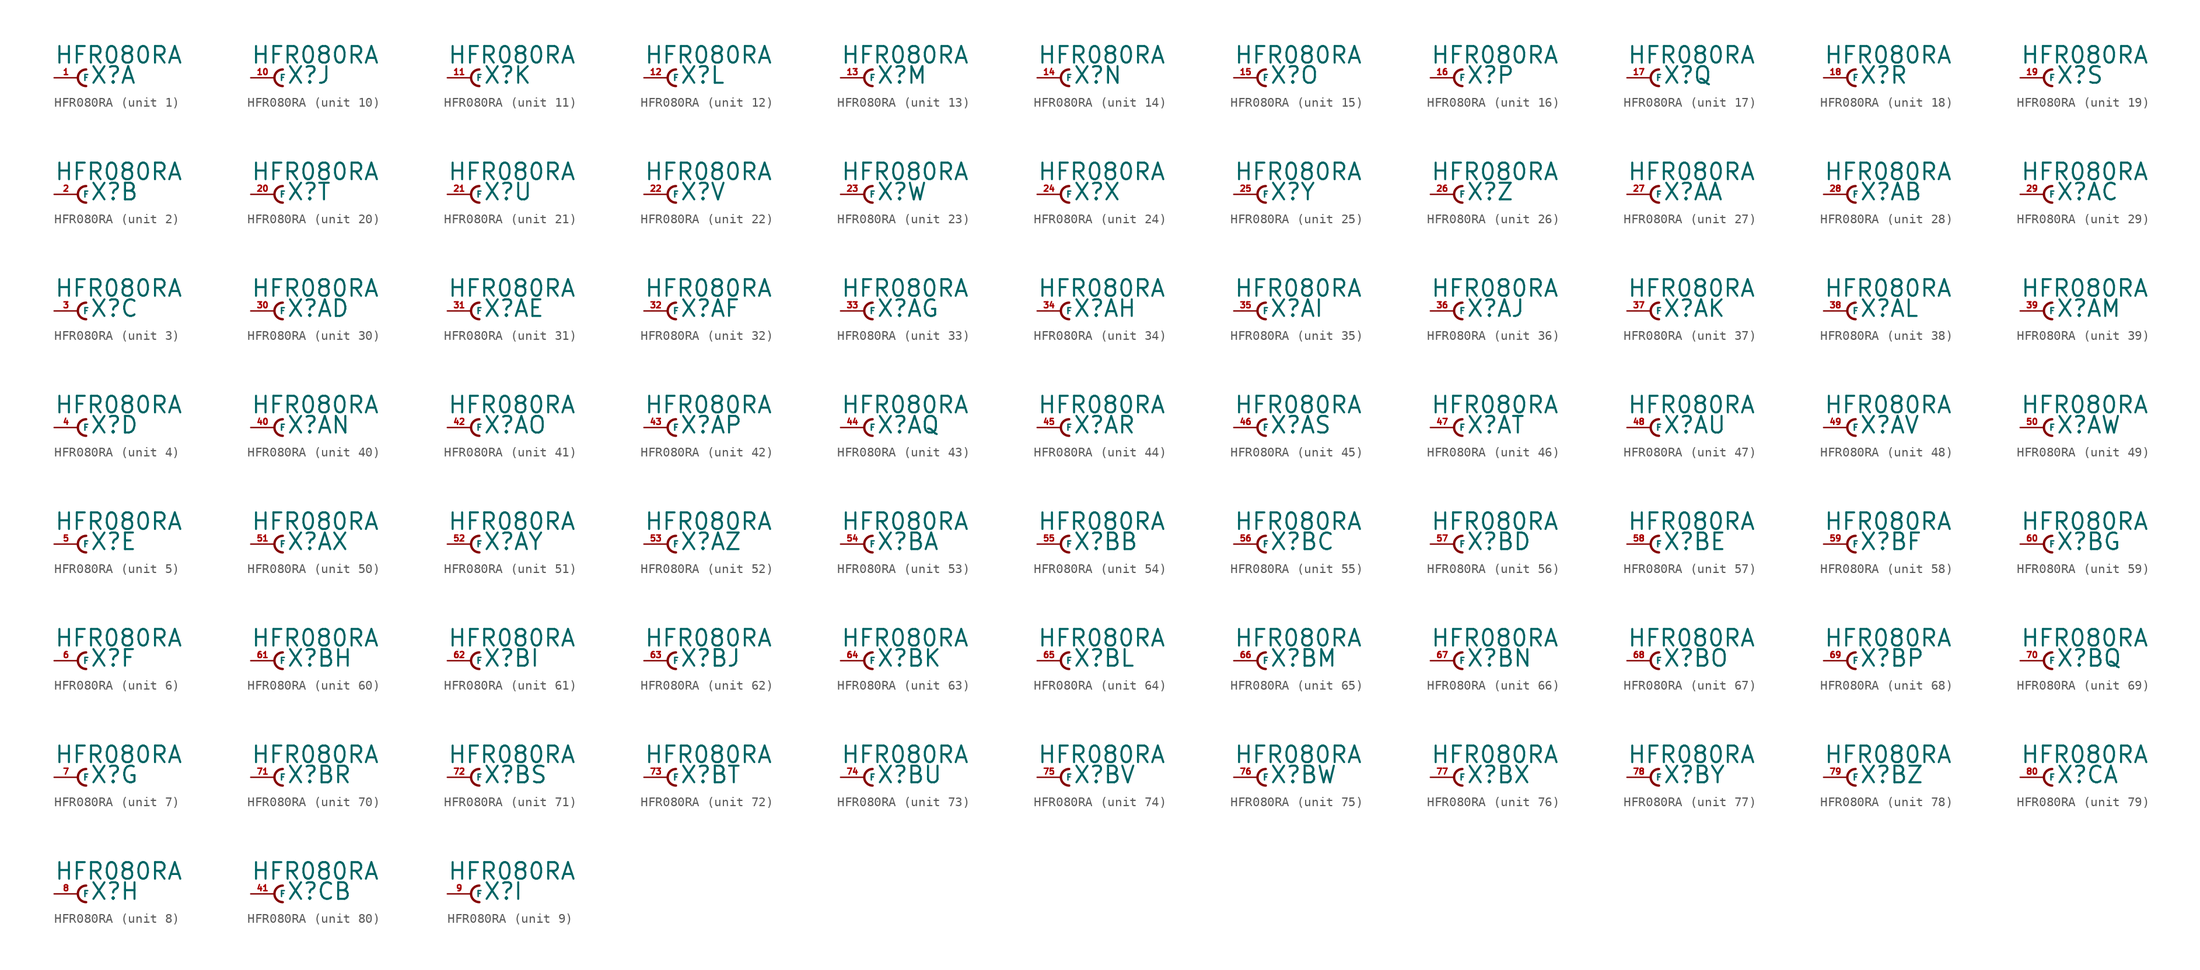
<source format=kicad_sym>
(kicad_symbol_lib
  (version 20220914)
  (generator Eagle2Kicad)
  (symbol "HFR080RA"
    (property "Reference" "X"
      (at 1.27 -0.762 0)
      (effects (font (size 1.778 1.778) (thickness 0.22)) (justify left bottom)))
    (property "Value" "HFR080RA"
      (at -2.54 1.397 0)
      (effects (font (size 1.778 1.778) (thickness 0.22)) (justify left bottom)))
    (symbol "HFR080RA_1_0"
      (arc (start 0.889 0.889) (mid 0.000 0.000) (end 0.889 -0.889) (stroke (width 0.254) (type default)) (fill (type none)))
      (pin passive line (at -2.54 0 0) (length 2.54) (name "F" (effects (font (size 0.635 0.635) (thickness 0.08)) (justify left bottom))) (number "1" (effects (font (size 0.635 0.635) (thickness 0.08)) (justify left bottom)))))
    (symbol "HFR080RA_2_0"
      (arc (start 0.889 0.889) (mid 0.000 0.000) (end 0.889 -0.889) (stroke (width 0.254) (type default)) (fill (type none)))
      (pin passive line (at -2.54 0 0) (length 2.54) (name "F" (effects (font (size 0.635 0.635) (thickness 0.08)) (justify left bottom))) (number "2" (effects (font (size 0.635 0.635) (thickness 0.08)) (justify left bottom)))))
    (symbol "HFR080RA_3_0"
      (arc (start 0.889 0.889) (mid 0.000 0.000) (end 0.889 -0.889) (stroke (width 0.254) (type default)) (fill (type none)))
      (pin passive line (at -2.54 0 0) (length 2.54) (name "F" (effects (font (size 0.635 0.635) (thickness 0.08)) (justify left bottom))) (number "3" (effects (font (size 0.635 0.635) (thickness 0.08)) (justify left bottom)))))
    (symbol "HFR080RA_4_0"
      (arc (start 0.889 0.889) (mid 0.000 0.000) (end 0.889 -0.889) (stroke (width 0.254) (type default)) (fill (type none)))
      (pin passive line (at -2.54 0 0) (length 2.54) (name "F" (effects (font (size 0.635 0.635) (thickness 0.08)) (justify left bottom))) (number "4" (effects (font (size 0.635 0.635) (thickness 0.08)) (justify left bottom)))))
    (symbol "HFR080RA_5_0"
      (arc (start 0.889 0.889) (mid 0.000 0.000) (end 0.889 -0.889) (stroke (width 0.254) (type default)) (fill (type none)))
      (pin passive line (at -2.54 0 0) (length 2.54) (name "F" (effects (font (size 0.635 0.635) (thickness 0.08)) (justify left bottom))) (number "5" (effects (font (size 0.635 0.635) (thickness 0.08)) (justify left bottom)))))
    (symbol "HFR080RA_6_0"
      (arc (start 0.889 0.889) (mid 0.000 0.000) (end 0.889 -0.889) (stroke (width 0.254) (type default)) (fill (type none)))
      (pin passive line (at -2.54 0 0) (length 2.54) (name "F" (effects (font (size 0.635 0.635) (thickness 0.08)) (justify left bottom))) (number "6" (effects (font (size 0.635 0.635) (thickness 0.08)) (justify left bottom)))))
    (symbol "HFR080RA_7_0"
      (arc (start 0.889 0.889) (mid 0.000 0.000) (end 0.889 -0.889) (stroke (width 0.254) (type default)) (fill (type none)))
      (pin passive line (at -2.54 0 0) (length 2.54) (name "F" (effects (font (size 0.635 0.635) (thickness 0.08)) (justify left bottom))) (number "7" (effects (font (size 0.635 0.635) (thickness 0.08)) (justify left bottom)))))
    (symbol "HFR080RA_8_0"
      (arc (start 0.889 0.889) (mid 0.000 0.000) (end 0.889 -0.889) (stroke (width 0.254) (type default)) (fill (type none)))
      (pin passive line (at -2.54 0 0) (length 2.54) (name "F" (effects (font (size 0.635 0.635) (thickness 0.08)) (justify left bottom))) (number "8" (effects (font (size 0.635 0.635) (thickness 0.08)) (justify left bottom)))))
    (symbol "HFR080RA_9_0"
      (arc (start 0.889 0.889) (mid 0.000 0.000) (end 0.889 -0.889) (stroke (width 0.254) (type default)) (fill (type none)))
      (pin passive line (at -2.54 0 0) (length 2.54) (name "F" (effects (font (size 0.635 0.635) (thickness 0.08)) (justify left bottom))) (number "9" (effects (font (size 0.635 0.635) (thickness 0.08)) (justify left bottom)))))
    (symbol "HFR080RA_10_0"
      (arc (start 0.889 0.889) (mid 0.000 0.000) (end 0.889 -0.889) (stroke (width 0.254) (type default)) (fill (type none)))
      (pin passive line (at -2.54 0 0) (length 2.54) (name "F" (effects (font (size 0.635 0.635) (thickness 0.08)) (justify left bottom))) (number "10" (effects (font (size 0.635 0.635) (thickness 0.08)) (justify left bottom)))))
    (symbol "HFR080RA_11_0"
      (arc (start 0.889 0.889) (mid 0.000 0.000) (end 0.889 -0.889) (stroke (width 0.254) (type default)) (fill (type none)))
      (pin passive line (at -2.54 0 0) (length 2.54) (name "F" (effects (font (size 0.635 0.635) (thickness 0.08)) (justify left bottom))) (number "11" (effects (font (size 0.635 0.635) (thickness 0.08)) (justify left bottom)))))
    (symbol "HFR080RA_12_0"
      (arc (start 0.889 0.889) (mid 0.000 0.000) (end 0.889 -0.889) (stroke (width 0.254) (type default)) (fill (type none)))
      (pin passive line (at -2.54 0 0) (length 2.54) (name "F" (effects (font (size 0.635 0.635) (thickness 0.08)) (justify left bottom))) (number "12" (effects (font (size 0.635 0.635) (thickness 0.08)) (justify left bottom)))))
    (symbol "HFR080RA_13_0"
      (arc (start 0.889 0.889) (mid 0.000 0.000) (end 0.889 -0.889) (stroke (width 0.254) (type default)) (fill (type none)))
      (pin passive line (at -2.54 0 0) (length 2.54) (name "F" (effects (font (size 0.635 0.635) (thickness 0.08)) (justify left bottom))) (number "13" (effects (font (size 0.635 0.635) (thickness 0.08)) (justify left bottom)))))
    (symbol "HFR080RA_14_0"
      (arc (start 0.889 0.889) (mid 0.000 0.000) (end 0.889 -0.889) (stroke (width 0.254) (type default)) (fill (type none)))
      (pin passive line (at -2.54 0 0) (length 2.54) (name "F" (effects (font (size 0.635 0.635) (thickness 0.08)) (justify left bottom))) (number "14" (effects (font (size 0.635 0.635) (thickness 0.08)) (justify left bottom)))))
    (symbol "HFR080RA_15_0"
      (arc (start 0.889 0.889) (mid 0.000 0.000) (end 0.889 -0.889) (stroke (width 0.254) (type default)) (fill (type none)))
      (pin passive line (at -2.54 0 0) (length 2.54) (name "F" (effects (font (size 0.635 0.635) (thickness 0.08)) (justify left bottom))) (number "15" (effects (font (size 0.635 0.635) (thickness 0.08)) (justify left bottom)))))
    (symbol "HFR080RA_16_0"
      (arc (start 0.889 0.889) (mid 0.000 0.000) (end 0.889 -0.889) (stroke (width 0.254) (type default)) (fill (type none)))
      (pin passive line (at -2.54 0 0) (length 2.54) (name "F" (effects (font (size 0.635 0.635) (thickness 0.08)) (justify left bottom))) (number "16" (effects (font (size 0.635 0.635) (thickness 0.08)) (justify left bottom)))))
    (symbol "HFR080RA_17_0"
      (arc (start 0.889 0.889) (mid 0.000 0.000) (end 0.889 -0.889) (stroke (width 0.254) (type default)) (fill (type none)))
      (pin passive line (at -2.54 0 0) (length 2.54) (name "F" (effects (font (size 0.635 0.635) (thickness 0.08)) (justify left bottom))) (number "17" (effects (font (size 0.635 0.635) (thickness 0.08)) (justify left bottom)))))
    (symbol "HFR080RA_18_0"
      (arc (start 0.889 0.889) (mid 0.000 0.000) (end 0.889 -0.889) (stroke (width 0.254) (type default)) (fill (type none)))
      (pin passive line (at -2.54 0 0) (length 2.54) (name "F" (effects (font (size 0.635 0.635) (thickness 0.08)) (justify left bottom))) (number "18" (effects (font (size 0.635 0.635) (thickness 0.08)) (justify left bottom)))))
    (symbol "HFR080RA_19_0"
      (arc (start 0.889 0.889) (mid 0.000 0.000) (end 0.889 -0.889) (stroke (width 0.254) (type default)) (fill (type none)))
      (pin passive line (at -2.54 0 0) (length 2.54) (name "F" (effects (font (size 0.635 0.635) (thickness 0.08)) (justify left bottom))) (number "19" (effects (font (size 0.635 0.635) (thickness 0.08)) (justify left bottom)))))
    (symbol "HFR080RA_20_0"
      (arc (start 0.889 0.889) (mid 0.000 0.000) (end 0.889 -0.889) (stroke (width 0.254) (type default)) (fill (type none)))
      (pin passive line (at -2.54 0 0) (length 2.54) (name "F" (effects (font (size 0.635 0.635) (thickness 0.08)) (justify left bottom))) (number "20" (effects (font (size 0.635 0.635) (thickness 0.08)) (justify left bottom)))))
    (symbol "HFR080RA_21_0"
      (arc (start 0.889 0.889) (mid 0.000 0.000) (end 0.889 -0.889) (stroke (width 0.254) (type default)) (fill (type none)))
      (pin passive line (at -2.54 0 0) (length 2.54) (name "F" (effects (font (size 0.635 0.635) (thickness 0.08)) (justify left bottom))) (number "21" (effects (font (size 0.635 0.635) (thickness 0.08)) (justify left bottom)))))
    (symbol "HFR080RA_22_0"
      (arc (start 0.889 0.889) (mid 0.000 0.000) (end 0.889 -0.889) (stroke (width 0.254) (type default)) (fill (type none)))
      (pin passive line (at -2.54 0 0) (length 2.54) (name "F" (effects (font (size 0.635 0.635) (thickness 0.08)) (justify left bottom))) (number "22" (effects (font (size 0.635 0.635) (thickness 0.08)) (justify left bottom)))))
    (symbol "HFR080RA_23_0"
      (arc (start 0.889 0.889) (mid 0.000 0.000) (end 0.889 -0.889) (stroke (width 0.254) (type default)) (fill (type none)))
      (pin passive line (at -2.54 0 0) (length 2.54) (name "F" (effects (font (size 0.635 0.635) (thickness 0.08)) (justify left bottom))) (number "23" (effects (font (size 0.635 0.635) (thickness 0.08)) (justify left bottom)))))
    (symbol "HFR080RA_24_0"
      (arc (start 0.889 0.889) (mid 0.000 0.000) (end 0.889 -0.889) (stroke (width 0.254) (type default)) (fill (type none)))
      (pin passive line (at -2.54 0 0) (length 2.54) (name "F" (effects (font (size 0.635 0.635) (thickness 0.08)) (justify left bottom))) (number "24" (effects (font (size 0.635 0.635) (thickness 0.08)) (justify left bottom)))))
    (symbol "HFR080RA_25_0"
      (arc (start 0.889 0.889) (mid 0.000 0.000) (end 0.889 -0.889) (stroke (width 0.254) (type default)) (fill (type none)))
      (pin passive line (at -2.54 0 0) (length 2.54) (name "F" (effects (font (size 0.635 0.635) (thickness 0.08)) (justify left bottom))) (number "25" (effects (font (size 0.635 0.635) (thickness 0.08)) (justify left bottom)))))
    (symbol "HFR080RA_26_0"
      (arc (start 0.889 0.889) (mid 0.000 0.000) (end 0.889 -0.889) (stroke (width 0.254) (type default)) (fill (type none)))
      (pin passive line (at -2.54 0 0) (length 2.54) (name "F" (effects (font (size 0.635 0.635) (thickness 0.08)) (justify left bottom))) (number "26" (effects (font (size 0.635 0.635) (thickness 0.08)) (justify left bottom)))))
    (symbol "HFR080RA_27_0"
      (arc (start 0.889 0.889) (mid 0.000 0.000) (end 0.889 -0.889) (stroke (width 0.254) (type default)) (fill (type none)))
      (pin passive line (at -2.54 0 0) (length 2.54) (name "F" (effects (font (size 0.635 0.635) (thickness 0.08)) (justify left bottom))) (number "27" (effects (font (size 0.635 0.635) (thickness 0.08)) (justify left bottom)))))
    (symbol "HFR080RA_28_0"
      (arc (start 0.889 0.889) (mid 0.000 0.000) (end 0.889 -0.889) (stroke (width 0.254) (type default)) (fill (type none)))
      (pin passive line (at -2.54 0 0) (length 2.54) (name "F" (effects (font (size 0.635 0.635) (thickness 0.08)) (justify left bottom))) (number "28" (effects (font (size 0.635 0.635) (thickness 0.08)) (justify left bottom)))))
    (symbol "HFR080RA_29_0"
      (arc (start 0.889 0.889) (mid 0.000 0.000) (end 0.889 -0.889) (stroke (width 0.254) (type default)) (fill (type none)))
      (pin passive line (at -2.54 0 0) (length 2.54) (name "F" (effects (font (size 0.635 0.635) (thickness 0.08)) (justify left bottom))) (number "29" (effects (font (size 0.635 0.635) (thickness 0.08)) (justify left bottom)))))
    (symbol "HFR080RA_30_0"
      (arc (start 0.889 0.889) (mid 0.000 0.000) (end 0.889 -0.889) (stroke (width 0.254) (type default)) (fill (type none)))
      (pin passive line (at -2.54 0 0) (length 2.54) (name "F" (effects (font (size 0.635 0.635) (thickness 0.08)) (justify left bottom))) (number "30" (effects (font (size 0.635 0.635) (thickness 0.08)) (justify left bottom)))))
    (symbol "HFR080RA_31_0"
      (arc (start 0.889 0.889) (mid 0.000 0.000) (end 0.889 -0.889) (stroke (width 0.254) (type default)) (fill (type none)))
      (pin passive line (at -2.54 0 0) (length 2.54) (name "F" (effects (font (size 0.635 0.635) (thickness 0.08)) (justify left bottom))) (number "31" (effects (font (size 0.635 0.635) (thickness 0.08)) (justify left bottom)))))
    (symbol "HFR080RA_32_0"
      (arc (start 0.889 0.889) (mid 0.000 0.000) (end 0.889 -0.889) (stroke (width 0.254) (type default)) (fill (type none)))
      (pin passive line (at -2.54 0 0) (length 2.54) (name "F" (effects (font (size 0.635 0.635) (thickness 0.08)) (justify left bottom))) (number "32" (effects (font (size 0.635 0.635) (thickness 0.08)) (justify left bottom)))))
    (symbol "HFR080RA_33_0"
      (arc (start 0.889 0.889) (mid 0.000 0.000) (end 0.889 -0.889) (stroke (width 0.254) (type default)) (fill (type none)))
      (pin passive line (at -2.54 0 0) (length 2.54) (name "F" (effects (font (size 0.635 0.635) (thickness 0.08)) (justify left bottom))) (number "33" (effects (font (size 0.635 0.635) (thickness 0.08)) (justify left bottom)))))
    (symbol "HFR080RA_34_0"
      (arc (start 0.889 0.889) (mid 0.000 0.000) (end 0.889 -0.889) (stroke (width 0.254) (type default)) (fill (type none)))
      (pin passive line (at -2.54 0 0) (length 2.54) (name "F" (effects (font (size 0.635 0.635) (thickness 0.08)) (justify left bottom))) (number "34" (effects (font (size 0.635 0.635) (thickness 0.08)) (justify left bottom)))))
    (symbol "HFR080RA_35_0"
      (arc (start 0.889 0.889) (mid 0.000 0.000) (end 0.889 -0.889) (stroke (width 0.254) (type default)) (fill (type none)))
      (pin passive line (at -2.54 0 0) (length 2.54) (name "F" (effects (font (size 0.635 0.635) (thickness 0.08)) (justify left bottom))) (number "35" (effects (font (size 0.635 0.635) (thickness 0.08)) (justify left bottom)))))
    (symbol "HFR080RA_36_0"
      (arc (start 0.889 0.889) (mid 0.000 0.000) (end 0.889 -0.889) (stroke (width 0.254) (type default)) (fill (type none)))
      (pin passive line (at -2.54 0 0) (length 2.54) (name "F" (effects (font (size 0.635 0.635) (thickness 0.08)) (justify left bottom))) (number "36" (effects (font (size 0.635 0.635) (thickness 0.08)) (justify left bottom)))))
    (symbol "HFR080RA_37_0"
      (arc (start 0.889 0.889) (mid 0.000 0.000) (end 0.889 -0.889) (stroke (width 0.254) (type default)) (fill (type none)))
      (pin passive line (at -2.54 0 0) (length 2.54) (name "F" (effects (font (size 0.635 0.635) (thickness 0.08)) (justify left bottom))) (number "37" (effects (font (size 0.635 0.635) (thickness 0.08)) (justify left bottom)))))
    (symbol "HFR080RA_38_0"
      (arc (start 0.889 0.889) (mid 0.000 0.000) (end 0.889 -0.889) (stroke (width 0.254) (type default)) (fill (type none)))
      (pin passive line (at -2.54 0 0) (length 2.54) (name "F" (effects (font (size 0.635 0.635) (thickness 0.08)) (justify left bottom))) (number "38" (effects (font (size 0.635 0.635) (thickness 0.08)) (justify left bottom)))))
    (symbol "HFR080RA_39_0"
      (arc (start 0.889 0.889) (mid 0.000 0.000) (end 0.889 -0.889) (stroke (width 0.254) (type default)) (fill (type none)))
      (pin passive line (at -2.54 0 0) (length 2.54) (name "F" (effects (font (size 0.635 0.635) (thickness 0.08)) (justify left bottom))) (number "39" (effects (font (size 0.635 0.635) (thickness 0.08)) (justify left bottom)))))
    (symbol "HFR080RA_40_0"
      (arc (start 0.889 0.889) (mid 0.000 0.000) (end 0.889 -0.889) (stroke (width 0.254) (type default)) (fill (type none)))
      (pin passive line (at -2.54 0 0) (length 2.54) (name "F" (effects (font (size 0.635 0.635) (thickness 0.08)) (justify left bottom))) (number "40" (effects (font (size 0.635 0.635) (thickness 0.08)) (justify left bottom)))))
    (symbol "HFR080RA_41_0"
      (arc (start 0.889 0.889) (mid 0.000 0.000) (end 0.889 -0.889) (stroke (width 0.254) (type default)) (fill (type none)))
      (pin passive line (at -2.54 0 0) (length 2.54) (name "F" (effects (font (size 0.635 0.635) (thickness 0.08)) (justify left bottom))) (number "42" (effects (font (size 0.635 0.635) (thickness 0.08)) (justify left bottom)))))
    (symbol "HFR080RA_42_0"
      (arc (start 0.889 0.889) (mid 0.000 0.000) (end 0.889 -0.889) (stroke (width 0.254) (type default)) (fill (type none)))
      (pin passive line (at -2.54 0 0) (length 2.54) (name "F" (effects (font (size 0.635 0.635) (thickness 0.08)) (justify left bottom))) (number "43" (effects (font (size 0.635 0.635) (thickness 0.08)) (justify left bottom)))))
    (symbol "HFR080RA_43_0"
      (arc (start 0.889 0.889) (mid 0.000 0.000) (end 0.889 -0.889) (stroke (width 0.254) (type default)) (fill (type none)))
      (pin passive line (at -2.54 0 0) (length 2.54) (name "F" (effects (font (size 0.635 0.635) (thickness 0.08)) (justify left bottom))) (number "44" (effects (font (size 0.635 0.635) (thickness 0.08)) (justify left bottom)))))
    (symbol "HFR080RA_44_0"
      (arc (start 0.889 0.889) (mid 0.000 0.000) (end 0.889 -0.889) (stroke (width 0.254) (type default)) (fill (type none)))
      (pin passive line (at -2.54 0 0) (length 2.54) (name "F" (effects (font (size 0.635 0.635) (thickness 0.08)) (justify left bottom))) (number "45" (effects (font (size 0.635 0.635) (thickness 0.08)) (justify left bottom)))))
    (symbol "HFR080RA_45_0"
      (arc (start 0.889 0.889) (mid 0.000 0.000) (end 0.889 -0.889) (stroke (width 0.254) (type default)) (fill (type none)))
      (pin passive line (at -2.54 0 0) (length 2.54) (name "F" (effects (font (size 0.635 0.635) (thickness 0.08)) (justify left bottom))) (number "46" (effects (font (size 0.635 0.635) (thickness 0.08)) (justify left bottom)))))
    (symbol "HFR080RA_46_0"
      (arc (start 0.889 0.889) (mid 0.000 0.000) (end 0.889 -0.889) (stroke (width 0.254) (type default)) (fill (type none)))
      (pin passive line (at -2.54 0 0) (length 2.54) (name "F" (effects (font (size 0.635 0.635) (thickness 0.08)) (justify left bottom))) (number "47" (effects (font (size 0.635 0.635) (thickness 0.08)) (justify left bottom)))))
    (symbol "HFR080RA_47_0"
      (arc (start 0.889 0.889) (mid 0.000 0.000) (end 0.889 -0.889) (stroke (width 0.254) (type default)) (fill (type none)))
      (pin passive line (at -2.54 0 0) (length 2.54) (name "F" (effects (font (size 0.635 0.635) (thickness 0.08)) (justify left bottom))) (number "48" (effects (font (size 0.635 0.635) (thickness 0.08)) (justify left bottom)))))
    (symbol "HFR080RA_48_0"
      (arc (start 0.889 0.889) (mid 0.000 0.000) (end 0.889 -0.889) (stroke (width 0.254) (type default)) (fill (type none)))
      (pin passive line (at -2.54 0 0) (length 2.54) (name "F" (effects (font (size 0.635 0.635) (thickness 0.08)) (justify left bottom))) (number "49" (effects (font (size 0.635 0.635) (thickness 0.08)) (justify left bottom)))))
    (symbol "HFR080RA_49_0"
      (arc (start 0.889 0.889) (mid 0.000 0.000) (end 0.889 -0.889) (stroke (width 0.254) (type default)) (fill (type none)))
      (pin passive line (at -2.54 0 0) (length 2.54) (name "F" (effects (font (size 0.635 0.635) (thickness 0.08)) (justify left bottom))) (number "50" (effects (font (size 0.635 0.635) (thickness 0.08)) (justify left bottom)))))
    (symbol "HFR080RA_50_0"
      (arc (start 0.889 0.889) (mid 0.000 0.000) (end 0.889 -0.889) (stroke (width 0.254) (type default)) (fill (type none)))
      (pin passive line (at -2.54 0 0) (length 2.54) (name "F" (effects (font (size 0.635 0.635) (thickness 0.08)) (justify left bottom))) (number "51" (effects (font (size 0.635 0.635) (thickness 0.08)) (justify left bottom)))))
    (symbol "HFR080RA_51_0"
      (arc (start 0.889 0.889) (mid 0.000 0.000) (end 0.889 -0.889) (stroke (width 0.254) (type default)) (fill (type none)))
      (pin passive line (at -2.54 0 0) (length 2.54) (name "F" (effects (font (size 0.635 0.635) (thickness 0.08)) (justify left bottom))) (number "52" (effects (font (size 0.635 0.635) (thickness 0.08)) (justify left bottom)))))
    (symbol "HFR080RA_52_0"
      (arc (start 0.889 0.889) (mid 0.000 0.000) (end 0.889 -0.889) (stroke (width 0.254) (type default)) (fill (type none)))
      (pin passive line (at -2.54 0 0) (length 2.54) (name "F" (effects (font (size 0.635 0.635) (thickness 0.08)) (justify left bottom))) (number "53" (effects (font (size 0.635 0.635) (thickness 0.08)) (justify left bottom)))))
    (symbol "HFR080RA_53_0"
      (arc (start 0.889 0.889) (mid 0.000 0.000) (end 0.889 -0.889) (stroke (width 0.254) (type default)) (fill (type none)))
      (pin passive line (at -2.54 0 0) (length 2.54) (name "F" (effects (font (size 0.635 0.635) (thickness 0.08)) (justify left bottom))) (number "54" (effects (font (size 0.635 0.635) (thickness 0.08)) (justify left bottom)))))
    (symbol "HFR080RA_54_0"
      (arc (start 0.889 0.889) (mid 0.000 0.000) (end 0.889 -0.889) (stroke (width 0.254) (type default)) (fill (type none)))
      (pin passive line (at -2.54 0 0) (length 2.54) (name "F" (effects (font (size 0.635 0.635) (thickness 0.08)) (justify left bottom))) (number "55" (effects (font (size 0.635 0.635) (thickness 0.08)) (justify left bottom)))))
    (symbol "HFR080RA_55_0"
      (arc (start 0.889 0.889) (mid 0.000 0.000) (end 0.889 -0.889) (stroke (width 0.254) (type default)) (fill (type none)))
      (pin passive line (at -2.54 0 0) (length 2.54) (name "F" (effects (font (size 0.635 0.635) (thickness 0.08)) (justify left bottom))) (number "56" (effects (font (size 0.635 0.635) (thickness 0.08)) (justify left bottom)))))
    (symbol "HFR080RA_56_0"
      (arc (start 0.889 0.889) (mid 0.000 0.000) (end 0.889 -0.889) (stroke (width 0.254) (type default)) (fill (type none)))
      (pin passive line (at -2.54 0 0) (length 2.54) (name "F" (effects (font (size 0.635 0.635) (thickness 0.08)) (justify left bottom))) (number "57" (effects (font (size 0.635 0.635) (thickness 0.08)) (justify left bottom)))))
    (symbol "HFR080RA_57_0"
      (arc (start 0.889 0.889) (mid 0.000 0.000) (end 0.889 -0.889) (stroke (width 0.254) (type default)) (fill (type none)))
      (pin passive line (at -2.54 0 0) (length 2.54) (name "F" (effects (font (size 0.635 0.635) (thickness 0.08)) (justify left bottom))) (number "58" (effects (font (size 0.635 0.635) (thickness 0.08)) (justify left bottom)))))
    (symbol "HFR080RA_58_0"
      (arc (start 0.889 0.889) (mid 0.000 0.000) (end 0.889 -0.889) (stroke (width 0.254) (type default)) (fill (type none)))
      (pin passive line (at -2.54 0 0) (length 2.54) (name "F" (effects (font (size 0.635 0.635) (thickness 0.08)) (justify left bottom))) (number "59" (effects (font (size 0.635 0.635) (thickness 0.08)) (justify left bottom)))))
    (symbol "HFR080RA_59_0"
      (arc (start 0.889 0.889) (mid 0.000 0.000) (end 0.889 -0.889) (stroke (width 0.254) (type default)) (fill (type none)))
      (pin passive line (at -2.54 0 0) (length 2.54) (name "F" (effects (font (size 0.635 0.635) (thickness 0.08)) (justify left bottom))) (number "60" (effects (font (size 0.635 0.635) (thickness 0.08)) (justify left bottom)))))
    (symbol "HFR080RA_60_0"
      (arc (start 0.889 0.889) (mid 0.000 0.000) (end 0.889 -0.889) (stroke (width 0.254) (type default)) (fill (type none)))
      (pin passive line (at -2.54 0 0) (length 2.54) (name "F" (effects (font (size 0.635 0.635) (thickness 0.08)) (justify left bottom))) (number "61" (effects (font (size 0.635 0.635) (thickness 0.08)) (justify left bottom)))))
    (symbol "HFR080RA_61_0"
      (arc (start 0.889 0.889) (mid 0.000 0.000) (end 0.889 -0.889) (stroke (width 0.254) (type default)) (fill (type none)))
      (pin passive line (at -2.54 0 0) (length 2.54) (name "F" (effects (font (size 0.635 0.635) (thickness 0.08)) (justify left bottom))) (number "62" (effects (font (size 0.635 0.635) (thickness 0.08)) (justify left bottom)))))
    (symbol "HFR080RA_62_0"
      (arc (start 0.889 0.889) (mid 0.000 0.000) (end 0.889 -0.889) (stroke (width 0.254) (type default)) (fill (type none)))
      (pin passive line (at -2.54 0 0) (length 2.54) (name "F" (effects (font (size 0.635 0.635) (thickness 0.08)) (justify left bottom))) (number "63" (effects (font (size 0.635 0.635) (thickness 0.08)) (justify left bottom)))))
    (symbol "HFR080RA_63_0"
      (arc (start 0.889 0.889) (mid 0.000 0.000) (end 0.889 -0.889) (stroke (width 0.254) (type default)) (fill (type none)))
      (pin passive line (at -2.54 0 0) (length 2.54) (name "F" (effects (font (size 0.635 0.635) (thickness 0.08)) (justify left bottom))) (number "64" (effects (font (size 0.635 0.635) (thickness 0.08)) (justify left bottom)))))
    (symbol "HFR080RA_64_0"
      (arc (start 0.889 0.889) (mid 0.000 0.000) (end 0.889 -0.889) (stroke (width 0.254) (type default)) (fill (type none)))
      (pin passive line (at -2.54 0 0) (length 2.54) (name "F" (effects (font (size 0.635 0.635) (thickness 0.08)) (justify left bottom))) (number "65" (effects (font (size 0.635 0.635) (thickness 0.08)) (justify left bottom)))))
    (symbol "HFR080RA_65_0"
      (arc (start 0.889 0.889) (mid 0.000 0.000) (end 0.889 -0.889) (stroke (width 0.254) (type default)) (fill (type none)))
      (pin passive line (at -2.54 0 0) (length 2.54) (name "F" (effects (font (size 0.635 0.635) (thickness 0.08)) (justify left bottom))) (number "66" (effects (font (size 0.635 0.635) (thickness 0.08)) (justify left bottom)))))
    (symbol "HFR080RA_66_0"
      (arc (start 0.889 0.889) (mid 0.000 0.000) (end 0.889 -0.889) (stroke (width 0.254) (type default)) (fill (type none)))
      (pin passive line (at -2.54 0 0) (length 2.54) (name "F" (effects (font (size 0.635 0.635) (thickness 0.08)) (justify left bottom))) (number "67" (effects (font (size 0.635 0.635) (thickness 0.08)) (justify left bottom)))))
    (symbol "HFR080RA_67_0"
      (arc (start 0.889 0.889) (mid 0.000 0.000) (end 0.889 -0.889) (stroke (width 0.254) (type default)) (fill (type none)))
      (pin passive line (at -2.54 0 0) (length 2.54) (name "F" (effects (font (size 0.635 0.635) (thickness 0.08)) (justify left bottom))) (number "68" (effects (font (size 0.635 0.635) (thickness 0.08)) (justify left bottom)))))
    (symbol "HFR080RA_68_0"
      (arc (start 0.889 0.889) (mid 0.000 0.000) (end 0.889 -0.889) (stroke (width 0.254) (type default)) (fill (type none)))
      (pin passive line (at -2.54 0 0) (length 2.54) (name "F" (effects (font (size 0.635 0.635) (thickness 0.08)) (justify left bottom))) (number "69" (effects (font (size 0.635 0.635) (thickness 0.08)) (justify left bottom)))))
    (symbol "HFR080RA_69_0"
      (arc (start 0.889 0.889) (mid 0.000 0.000) (end 0.889 -0.889) (stroke (width 0.254) (type default)) (fill (type none)))
      (pin passive line (at -2.54 0 0) (length 2.54) (name "F" (effects (font (size 0.635 0.635) (thickness 0.08)) (justify left bottom))) (number "70" (effects (font (size 0.635 0.635) (thickness 0.08)) (justify left bottom)))))
    (symbol "HFR080RA_70_0"
      (arc (start 0.889 0.889) (mid 0.000 0.000) (end 0.889 -0.889) (stroke (width 0.254) (type default)) (fill (type none)))
      (pin passive line (at -2.54 0 0) (length 2.54) (name "F" (effects (font (size 0.635 0.635) (thickness 0.08)) (justify left bottom))) (number "71" (effects (font (size 0.635 0.635) (thickness 0.08)) (justify left bottom)))))
    (symbol "HFR080RA_71_0"
      (arc (start 0.889 0.889) (mid 0.000 0.000) (end 0.889 -0.889) (stroke (width 0.254) (type default)) (fill (type none)))
      (pin passive line (at -2.54 0 0) (length 2.54) (name "F" (effects (font (size 0.635 0.635) (thickness 0.08)) (justify left bottom))) (number "72" (effects (font (size 0.635 0.635) (thickness 0.08)) (justify left bottom)))))
    (symbol "HFR080RA_72_0"
      (arc (start 0.889 0.889) (mid 0.000 0.000) (end 0.889 -0.889) (stroke (width 0.254) (type default)) (fill (type none)))
      (pin passive line (at -2.54 0 0) (length 2.54) (name "F" (effects (font (size 0.635 0.635) (thickness 0.08)) (justify left bottom))) (number "73" (effects (font (size 0.635 0.635) (thickness 0.08)) (justify left bottom)))))
    (symbol "HFR080RA_73_0"
      (arc (start 0.889 0.889) (mid 0.000 0.000) (end 0.889 -0.889) (stroke (width 0.254) (type default)) (fill (type none)))
      (pin passive line (at -2.54 0 0) (length 2.54) (name "F" (effects (font (size 0.635 0.635) (thickness 0.08)) (justify left bottom))) (number "74" (effects (font (size 0.635 0.635) (thickness 0.08)) (justify left bottom)))))
    (symbol "HFR080RA_74_0"
      (arc (start 0.889 0.889) (mid 0.000 0.000) (end 0.889 -0.889) (stroke (width 0.254) (type default)) (fill (type none)))
      (pin passive line (at -2.54 0 0) (length 2.54) (name "F" (effects (font (size 0.635 0.635) (thickness 0.08)) (justify left bottom))) (number "75" (effects (font (size 0.635 0.635) (thickness 0.08)) (justify left bottom)))))
    (symbol "HFR080RA_75_0"
      (arc (start 0.889 0.889) (mid 0.000 0.000) (end 0.889 -0.889) (stroke (width 0.254) (type default)) (fill (type none)))
      (pin passive line (at -2.54 0 0) (length 2.54) (name "F" (effects (font (size 0.635 0.635) (thickness 0.08)) (justify left bottom))) (number "76" (effects (font (size 0.635 0.635) (thickness 0.08)) (justify left bottom)))))
    (symbol "HFR080RA_76_0"
      (arc (start 0.889 0.889) (mid 0.000 0.000) (end 0.889 -0.889) (stroke (width 0.254) (type default)) (fill (type none)))
      (pin passive line (at -2.54 0 0) (length 2.54) (name "F" (effects (font (size 0.635 0.635) (thickness 0.08)) (justify left bottom))) (number "77" (effects (font (size 0.635 0.635) (thickness 0.08)) (justify left bottom)))))
    (symbol "HFR080RA_77_0"
      (arc (start 0.889 0.889) (mid 0.000 0.000) (end 0.889 -0.889) (stroke (width 0.254) (type default)) (fill (type none)))
      (pin passive line (at -2.54 0 0) (length 2.54) (name "F" (effects (font (size 0.635 0.635) (thickness 0.08)) (justify left bottom))) (number "78" (effects (font (size 0.635 0.635) (thickness 0.08)) (justify left bottom)))))
    (symbol "HFR080RA_78_0"
      (arc (start 0.889 0.889) (mid 0.000 0.000) (end 0.889 -0.889) (stroke (width 0.254) (type default)) (fill (type none)))
      (pin passive line (at -2.54 0 0) (length 2.54) (name "F" (effects (font (size 0.635 0.635) (thickness 0.08)) (justify left bottom))) (number "79" (effects (font (size 0.635 0.635) (thickness 0.08)) (justify left bottom)))))
    (symbol "HFR080RA_79_0"
      (arc (start 0.889 0.889) (mid 0.000 0.000) (end 0.889 -0.889) (stroke (width 0.254) (type default)) (fill (type none)))
      (pin passive line (at -2.54 0 0) (length 2.54) (name "F" (effects (font (size 0.635 0.635) (thickness 0.08)) (justify left bottom))) (number "80" (effects (font (size 0.635 0.635) (thickness 0.08)) (justify left bottom)))))
    (symbol "HFR080RA_80_0"
      (arc (start 0.889 0.889) (mid 0.000 0.000) (end 0.889 -0.889) (stroke (width 0.254) (type default)) (fill (type none)))
      (pin passive line (at -2.54 0 0) (length 2.54) (name "F" (effects (font (size 0.635 0.635) (thickness 0.08)) (justify left bottom))) (number "41" (effects (font (size 0.635 0.635) (thickness 0.08)) (justify left bottom)))))))
</source>
